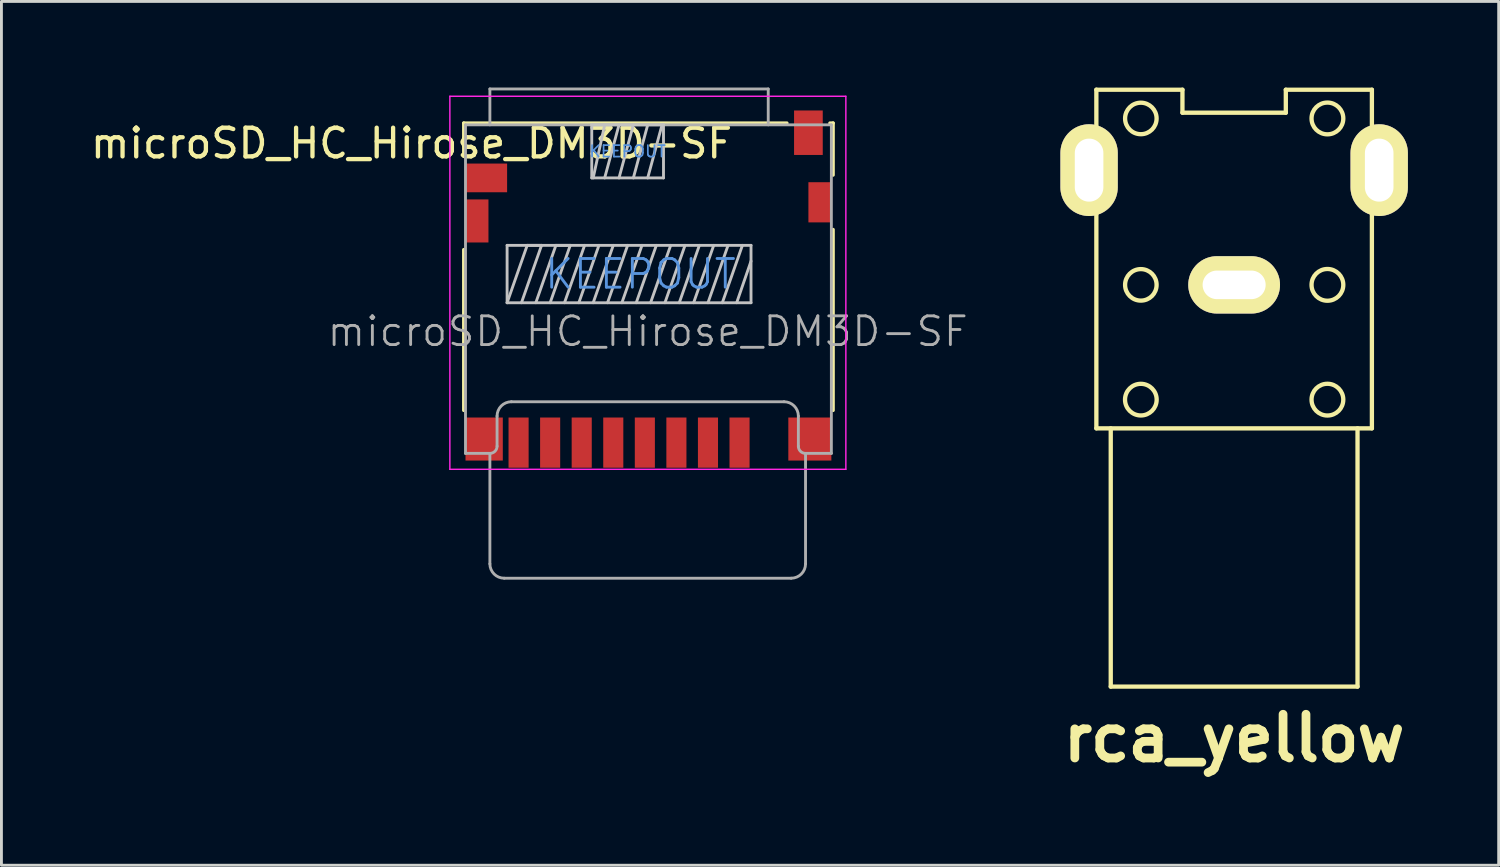
<source format=kicad_pcb>
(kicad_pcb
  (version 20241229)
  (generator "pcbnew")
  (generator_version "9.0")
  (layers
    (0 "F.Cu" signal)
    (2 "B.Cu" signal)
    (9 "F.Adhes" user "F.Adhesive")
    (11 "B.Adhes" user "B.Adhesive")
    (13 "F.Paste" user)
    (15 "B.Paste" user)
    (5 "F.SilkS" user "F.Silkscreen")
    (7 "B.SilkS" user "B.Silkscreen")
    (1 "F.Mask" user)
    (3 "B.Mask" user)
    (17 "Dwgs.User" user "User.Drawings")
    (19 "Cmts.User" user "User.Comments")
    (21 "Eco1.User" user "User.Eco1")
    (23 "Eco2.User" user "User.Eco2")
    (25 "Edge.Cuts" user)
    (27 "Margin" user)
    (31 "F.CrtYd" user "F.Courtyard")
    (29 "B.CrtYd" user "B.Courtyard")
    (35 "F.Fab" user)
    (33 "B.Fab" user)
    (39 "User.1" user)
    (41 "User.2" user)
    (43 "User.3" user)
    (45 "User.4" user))
  (footprint "microSD_HC_Hirose_DM3D-SF"
    (layer "F.Cu")
    (at 19.547 7.025)
    (property "Reference" "microSD_HC_Hirose_DM3D-SF" (at -8.255 -5.08 0) (layer "F.SilkS") (effects (font (size 1 1) (thickness 0.15))))
    (attr smd)
    (fp_line (start -6.435 -5.785) (end 4.825 -5.785) (stroke (width 0.12) (type solid)) (layer "F.SilkS"))
    (fp_line (start -6.435 -4.625) (end -6.435 -5.785) (stroke (width 0.12) (type solid)) (layer "F.SilkS"))
    (fp_line (start -6.435 -1.375) (end -6.435 4.225) (stroke (width 0.12) (type solid)) (layer "F.SilkS"))
    (fp_line (start 6.325 -5.785) (end 6.435 -5.785) (stroke (width 0.12) (type solid)) (layer "F.SilkS"))
    (fp_line (start 6.435 -5.785) (end 6.435 -3.975) (stroke (width 0.12) (type solid)) (layer "F.SilkS"))
    (fp_line (start 6.435 -2.075) (end 6.435 4.225) (stroke (width 0.12) (type solid)) (layer "F.SilkS"))
    (fp_line (start -4.925 -1.525) (end -4.925 0.475) (stroke (width 0.1) (type solid)) (layer "Dwgs.User"))
    (fp_line (start -4.925 -1.525) (end 3.575 -1.525) (stroke (width 0.1) (type solid)) (layer "Dwgs.User"))
    (fp_line (start -4.925 0.475) (end -4.225 -1.525) (stroke (width 0.1) (type solid)) (layer "Dwgs.User"))
    (fp_line (start -4.925 0.475) (end 3.575 0.475) (stroke (width 0.1) (type solid)) (layer "Dwgs.User"))
    (fp_line (start -4.425 0.475) (end -3.725 -1.525) (stroke (width 0.1) (type solid)) (layer "Dwgs.User"))
    (fp_line (start -4.225 -1.525) (end -3.725 -1.525) (stroke (width 0.1) (type solid)) (layer "Dwgs.User"))
    (fp_line (start -3.925 0.475) (end -3.225 -1.525) (stroke (width 0.1) (type solid)) (layer "Dwgs.User"))
    (fp_line (start -3.425 0.475) (end -2.725 -1.525) (stroke (width 0.1) (type solid)) (layer "Dwgs.User"))
    (fp_line (start -3.225 -1.525) (end -2.725 -1.525) (stroke (width 0.1) (type solid)) (layer "Dwgs.User"))
    (fp_line (start -2.925 0.475) (end -2.225 -1.525) (stroke (width 0.1) (type solid)) (layer "Dwgs.User"))
    (fp_line (start -2.425 0.475) (end -1.725 -1.525) (stroke (width 0.1) (type solid)) (layer "Dwgs.User"))
    (fp_line (start -1.975 -5.725) (end -1.975 -3.875) (stroke (width 0.1) (type solid)) (layer "Dwgs.User"))
    (fp_line (start -1.925 -3.875) (end -1.525 -5.725) (stroke (width 0.1) (type solid)) (layer "Dwgs.User"))
    (fp_line (start -1.925 0.475) (end -1.225 -1.525) (stroke (width 0.1) (type solid)) (layer "Dwgs.User"))
    (fp_line (start -1.425 0.475) (end -0.725 -1.525) (stroke (width 0.1) (type solid)) (layer "Dwgs.User"))
    (fp_line (start -1.025 -5.725) (end -1.525 -3.875) (stroke (width 0.1) (type solid)) (layer "Dwgs.User"))
    (fp_line (start -1.025 -3.875) (end -0.525 -5.725) (stroke (width 0.1) (type solid)) (layer "Dwgs.User"))
    (fp_line (start -0.925 0.475) (end -0.225 -1.525) (stroke (width 0.1) (type solid)) (layer "Dwgs.User"))
    (fp_line (start -0.425 0.475) (end 0.275 -1.525) (stroke (width 0.1) (type solid)) (layer "Dwgs.User"))
    (fp_line (start -0.025 -5.725) (end -0.525 -3.875) (stroke (width 0.1) (type solid)) (layer "Dwgs.User"))
    (fp_line (start -0.025 -3.875) (end 0.475 -5.725) (stroke (width 0.1) (type solid)) (layer "Dwgs.User"))
    (fp_line (start 0.075 0.475) (end 0.775 -1.525) (stroke (width 0.1) (type solid)) (layer "Dwgs.User"))
    (fp_line (start 0.525 -5.725) (end -1.975 -5.725) (stroke (width 0.1) (type solid)) (layer "Dwgs.User"))
    (fp_line (start 0.525 -3.875) (end -1.975 -3.875) (stroke (width 0.1) (type solid)) (layer "Dwgs.User"))
    (fp_line (start 0.525 -3.875) (end 0.525 -5.725) (stroke (width 0.1) (type solid)) (layer "Dwgs.User"))
    (fp_line (start 0.575 0.475) (end 1.275 -1.525) (stroke (width 0.1) (type solid)) (layer "Dwgs.User"))
    (fp_line (start 1.075 0.475) (end 1.775 -1.525) (stroke (width 0.1) (type solid)) (layer "Dwgs.User"))
    (fp_line (start 1.575 0.475) (end 2.275 -1.525) (stroke (width 0.1) (type solid)) (layer "Dwgs.User"))
    (fp_line (start 2.075 0.475) (end 2.775 -1.525) (stroke (width 0.1) (type solid)) (layer "Dwgs.User"))
    (fp_line (start 2.575 0.475) (end 3.275 -1.525) (stroke (width 0.1) (type solid)) (layer "Dwgs.User"))
    (fp_line (start 3.075 0.475) (end 3.575 -0.975) (stroke (width 0.1) (type solid)) (layer "Dwgs.User"))
    (fp_line (start 3.575 0.475) (end 3.575 -1.525) (stroke (width 0.1) (type solid)) (layer "Dwgs.User"))
    (fp_line (start -6.92 -6.72) (end 6.88 -6.72) (stroke (width 0.05) (type solid)) (layer "F.CrtYd"))
    (fp_line (start -6.92 6.28) (end -6.92 -6.72) (stroke (width 0.05) (type solid)) (layer "F.CrtYd"))
    (fp_line (start 6.88 -6.72) (end 6.88 6.28) (stroke (width 0.05) (type solid)) (layer "F.CrtYd"))
    (fp_line (start 6.88 6.28) (end -6.92 6.28) (stroke (width 0.05) (type solid)) (layer "F.CrtYd"))
    (fp_line (start -6.375 -5.725) (end 6.375 -5.725) (stroke (width 0.1) (type solid)) (layer "F.Fab"))
    (fp_line (start -6.375 5.725) (end -6.375 -5.725) (stroke (width 0.1) (type solid)) (layer "F.Fab"))
    (fp_line (start -6.375 5.725) (end -5.525 5.725) (stroke (width 0.1) (type solid)) (layer "F.Fab"))
    (fp_line (start -5.525 -6.975) (end 4.175 -6.975) (stroke (width 0.1) (type solid)) (layer "F.Fab"))
    (fp_line (start -5.525 -5.725) (end -5.525 -6.975) (stroke (width 0.1) (type solid)) (layer "F.Fab"))
    (fp_line (start -5.525 5.725) (end -5.525 9.575) (stroke (width 0.1) (type solid)) (layer "F.Fab"))
    (fp_line (start -5.275 5.475) (end -5.275 4.425) (stroke (width 0.1) (type solid)) (layer "F.Fab"))
    (fp_line (start -5.025 10.075) (end 4.975 10.075) (stroke (width 0.1) (type solid)) (layer "F.Fab"))
    (fp_line (start -4.775 3.925) (end 4.725 3.925) (stroke (width 0.1) (type solid)) (layer "F.Fab"))
    (fp_line (start 4.175 -5.725) (end 4.175 -6.975) (stroke (width 0.1) (type solid)) (layer "F.Fab"))
    (fp_line (start 5.225 5.475) (end 5.225 4.425) (stroke (width 0.1) (type solid)) (layer "F.Fab"))
    (fp_line (start 5.475 5.725) (end 6.375 5.725) (stroke (width 0.1) (type solid)) (layer "F.Fab"))
    (fp_line (start 5.475 9.575) (end 5.475 5.725) (stroke (width 0.1) (type solid)) (layer "F.Fab"))
    (fp_line (start 6.375 5.725) (end 6.375 -5.725) (stroke (width 0.1) (type solid)) (layer "F.Fab"))
    (fp_arc (start -5.275 4.425) (mid -5.128553 4.071447) (end -4.775 3.925) (stroke (width 0.1) (type solid)) (layer "F.Fab"))
    (fp_arc (start -5.275 5.475) (mid -5.348223 5.651777) (end -5.525 5.725) (stroke (width 0.1) (type solid)) (layer "F.Fab"))
    (fp_arc (start -5.025 10.075) (mid -5.378553 9.928553) (end -5.525 9.575) (stroke (width 0.1) (type solid)) (layer "F.Fab"))
    (fp_arc (start 4.725 3.925) (mid 5.078553 4.071447) (end 5.225 4.425) (stroke (width 0.1) (type solid)) (layer "F.Fab"))
    (fp_arc (start 5.475 5.725) (mid 5.298223 5.651777) (end 5.225 5.475) (stroke (width 0.1) (type solid)) (layer "F.Fab"))
    (fp_arc (start 5.475 9.575) (mid 5.328553 9.928553) (end 4.975 10.075) (stroke (width 0.1) (type solid)) (layer "F.Fab"))
    (fp_text user "KEEPOUT" (at -0.275 -0.525 0) (layer "Cmts.User") (effects (font (size 1 1) (thickness 0.1))))
    (fp_text user "KEEPOUT" (at -0.725 -4.8 0) (layer "Cmts.User") (effects (font (size 0.4 0.4) (thickness 0.06))))
    (fp_text user "${REFERENCE}" (at -0.025 1.475 0) (layer "F.Fab") (effects (font (size 1 1) (thickness 0.1))))
    (pad "1" smd rect (at 3.175 5.35) (size 0.7 1.75) (layers "F.Cu" "F.Mask" "F.Paste"))
    (pad "2" smd rect (at 2.075 5.35) (size 0.7 1.75) (layers "F.Cu" "F.Mask" "F.Paste"))
    (pad "3" smd rect (at 0.975 5.35) (size 0.7 1.75) (layers "F.Cu" "F.Mask" "F.Paste"))
    (pad "4" smd rect (at -0.125 5.35) (size 0.7 1.75) (layers "F.Cu" "F.Mask" "F.Paste"))
    (pad "5" smd rect (at -1.225 5.35) (size 0.7 1.75) (layers "F.Cu" "F.Mask" "F.Paste"))
    (pad "6" smd rect (at -2.325 5.35) (size 0.7 1.75) (layers "F.Cu" "F.Mask" "F.Paste"))
    (pad "7" smd rect (at -3.425 5.35) (size 0.7 1.75) (layers "F.Cu" "F.Mask" "F.Paste"))
    (pad "8" smd rect (at -4.525 5.35) (size 0.7 1.75) (layers "F.Cu" "F.Mask" "F.Paste"))
    (pad "9" smd rect (at -5.65 -3.875) (size 1.45 1) (layers "F.Cu" "F.Mask" "F.Paste"))
    (pad "10" smd rect (at 5.575 -5.45) (size 1 1.55) (layers "F.Cu" "F.Mask" "F.Paste"))
    (pad "11" smd rect (at -5.975 -2.375) (size 0.8 1.5) (layers "F.Cu" "F.Mask" "F.Paste"))
    (pad "11" smd rect (at -5.725 5.225) (size 1.3 1.5) (layers "F.Cu" "F.Mask" "F.Paste"))
    (pad "11" smd rect (at 5.625 5.225) (size 1.5 1.5) (layers "F.Cu" "F.Mask" "F.Paste"))
    (pad "11" smd rect (at 5.975 -3.025) (size 0.8 1.4) (layers "F.Cu" "F.Mask" "F.Paste")))
  (footprint "rca_yellow"
    (layer "F.Cu")
    (at 39.958 6.877)
    (property "Reference" "rca_yellow" (at 0 15.799 0) (layer "F.SilkS") (effects (font (size 1.524 1.524) (thickness 0.305))))
    (attr through_hole)
    (fp_line (start -5.4 -4.9) (end -4.801 -4.9) (stroke (width 0.15) (type solid)) (layer "F.SilkS"))
    (fp_line (start -5.4 -3.099) (end -5.4 -4.9) (stroke (width 0.15) (type solid)) (layer "F.SilkS"))
    (fp_line (start -4.801 -6.8) (end -1.801 -6.8) (stroke (width 0.15) (type solid)) (layer "F.SilkS"))
    (fp_line (start -4.801 -3.099) (end -5.4 -3.099) (stroke (width 0.15) (type solid)) (layer "F.SilkS"))
    (fp_line (start -4.801 4.999) (end -4.801 -6.802) (stroke (width 0.15) (type solid)) (layer "F.SilkS"))
    (fp_line (start -4.3 5.001) (end -4.3 14) (stroke (width 0.15) (type solid)) (layer "F.SilkS"))
    (fp_line (start -4.3 14) (end 4.3 14) (stroke (width 0.15) (type solid)) (layer "F.SilkS"))
    (fp_line (start -1.801 -6.8) (end -1.801 -5.999) (stroke (width 0.15) (type solid)) (layer "F.SilkS"))
    (fp_line (start -1.801 -5.999) (end 1.801 -5.999) (stroke (width 0.15) (type solid)) (layer "F.SilkS"))
    (fp_line (start 1.801 -6.8) (end 4.801 -6.8) (stroke (width 0.15) (type solid)) (layer "F.SilkS"))
    (fp_line (start 1.801 -5.999) (end 1.801 -6.8) (stroke (width 0.15) (type solid)) (layer "F.SilkS"))
    (fp_line (start 4.3 14) (end 4.3 5.001) (stroke (width 0.15) (type solid)) (layer "F.SilkS"))
    (fp_line (start 4.801 -6.8) (end 4.801 5.001) (stroke (width 0.15) (type solid)) (layer "F.SilkS"))
    (fp_line (start 4.801 -4.9) (end 5.4 -4.9) (stroke (width 0.15) (type solid)) (layer "F.SilkS"))
    (fp_line (start 4.801 5.001) (end -4.801 5.001) (stroke (width 0.15) (type solid)) (layer "F.SilkS"))
    (fp_line (start 5.4 -4.9) (end 5.4 -3.099) (stroke (width 0.15) (type solid)) (layer "F.SilkS"))
    (fp_line (start 5.4 -3.099) (end 4.801 -3.099) (stroke (width 0.15) (type solid)) (layer "F.SilkS"))
    (fp_circle (center -3.251 -5.799) (end -3.8 -5.799) (stroke (width 0.15) (type solid)) (fill no) (layer "F.SilkS"))
    (fp_circle (center -3.251 0) (end -3.8 0) (stroke (width 0.15) (type solid)) (fill no) (layer "F.SilkS"))
    (fp_circle (center -3.251 4) (end -3.8 3.95) (stroke (width 0.15) (type solid)) (fill no) (layer "F.SilkS"))
    (fp_circle (center 3.251 -5.799) (end 2.7 -5.85) (stroke (width 0.15) (type solid)) (fill no) (layer "F.SilkS"))
    (fp_circle (center 3.251 0) (end 2.7 -0.051) (stroke (width 0.15) (type solid)) (fill no) (layer "F.SilkS"))
    (fp_circle (center 3.251 4) (end 2.7 4.049) (stroke (width 0.15) (type solid)) (fill no) (layer "F.SilkS"))
    (pad "1" thru_hole oval (at 0 0) (size 3.198 1.999) (drill oval 2.197 0.996) (layers "*.Cu" "*.Mask" "F.SilkS"))
    (pad "2" thru_hole oval (at -5.055 -3.998) (size 1.999 3.198) (drill oval 0.996 2.197) (layers "*.Cu" "*.Mask" "F.SilkS"))
    (pad "2" thru_hole oval (at 5.055 -3.998) (size 1.999 3.198) (drill oval 0.996 2.197) (layers "*.Cu" "*.Mask" "F.SilkS")))
  (gr_rect
    (start -3 -3)
    (end 49.177 27.102)
    (stroke (width 0.1) (type default))
    (fill no)
    (layer "Edge.Cuts")))
</source>
